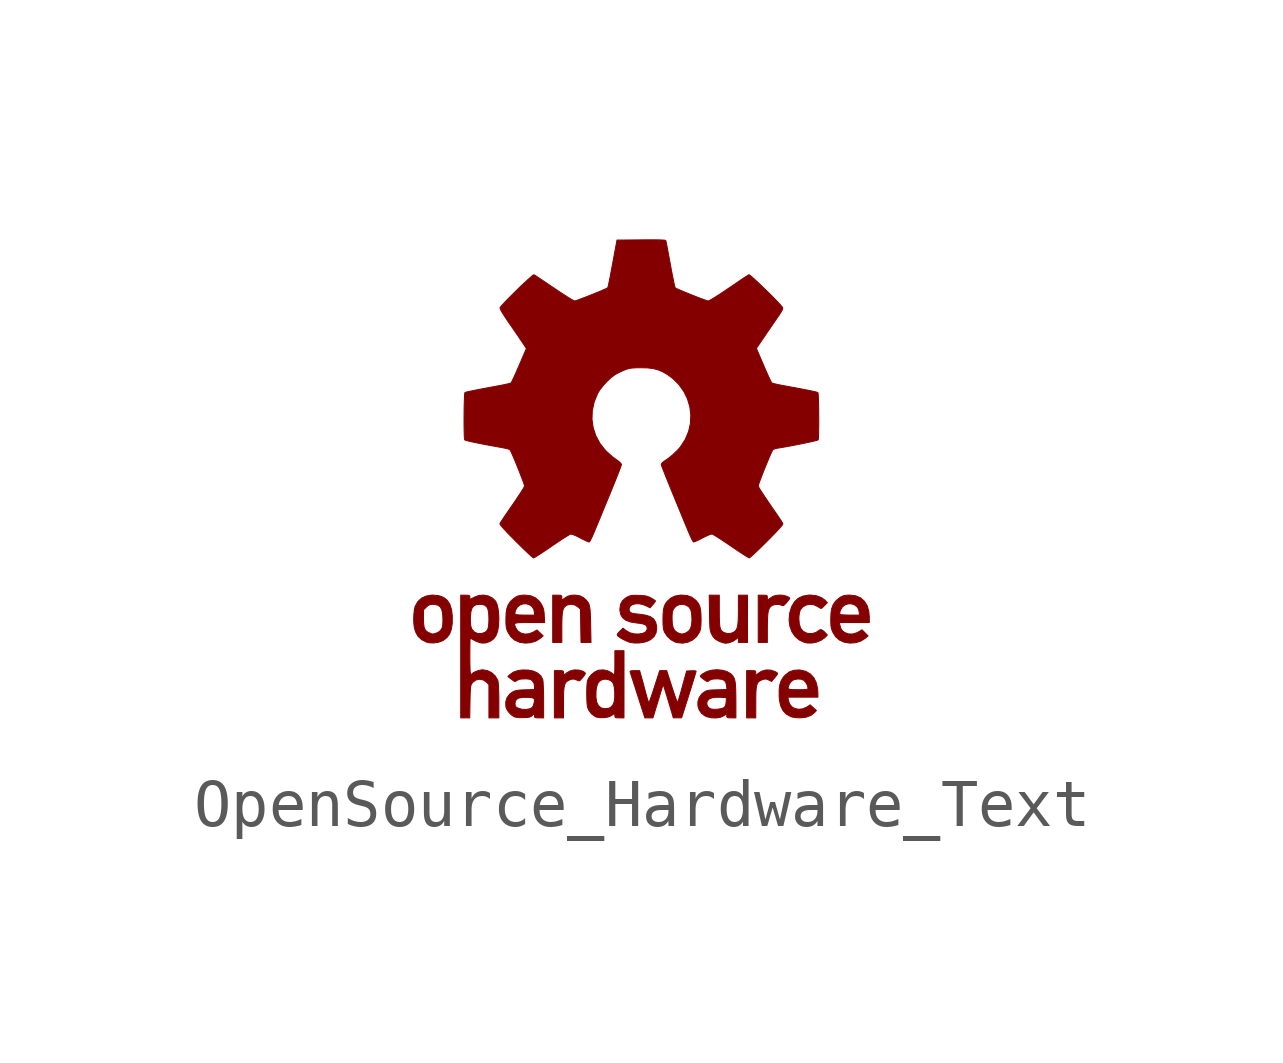
<source format=kicad_sym>
(kicad_symbol_lib
  (version 20211014)
  (generator kicad_symbol_editor)
  (symbol "OpenSource_Hardware_Text"
    (pin_names
      (offset 1.016))
    (property "Reference" "G"
      (at 0 4.359 0)
      (effects (font (size 1.27 1.27)) hide))
    (symbol "OpenSource_Hardware_Text_0_0"
      (polyline (pts (xy 2.385 -4.67) (xy 2.385 -4.576) (xy 2.387 -4.463) (xy 2.393 -4.378) (xy 2.404 -4.315) (xy 2.42 -4.27) (xy 2.444 -4.239) (xy 2.476 -4.217) (xy 2.518 -4.199) (xy 2.527 -4.196) (xy 2.573 -4.184) (xy 2.609 -4.186) (xy 2.652 -4.204) (xy 2.715 -4.234) (xy 2.761 -4.179) (xy 2.771 -4.167) (xy 2.813 -4.116) (xy 2.835 -4.083) (xy 2.836 -4.062) (xy 2.819 -4.046) (xy 2.783 -4.027) (xy 2.696 -3.998) (xy 2.598 -3.995) (xy 2.504 -4.022) (xy 2.423 -4.076) (xy 2.384 -4.114) (xy 2.384 -4.06) (xy 2.383 -4.03) (xy 2.372 -4.015) (xy 2.344 -4.01) (xy 2.289 -4.009) (xy 2.194 -4.009) (xy 2.194 -4.994) (xy 2.384 -4.994) (xy 2.385 -4.67)) (stroke (width 0.01) (type default) (color 0 0 0 0)) (fill (type outline)))
      (polyline (pts (xy -1.624 -4.672) (xy -1.624 -4.624) (xy -1.623 -4.503) (xy -1.618 -4.41) (xy -1.609 -4.34) (xy -1.596 -4.29) (xy -1.576 -4.255) (xy -1.548 -4.229) (xy -1.512 -4.209) (xy -1.454 -4.187) (xy -1.4 -4.185) (xy -1.342 -4.207) (xy -1.328 -4.214) (xy -1.301 -4.223) (xy -1.278 -4.212) (xy -1.247 -4.178) (xy -1.203 -4.125) (xy -1.177 -4.089) (xy -1.169 -4.066) (xy -1.177 -4.05) (xy -1.2 -4.034) (xy -1.222 -4.021) (xy -1.304 -3.997) (xy -1.395 -3.994) (xy -1.482 -4.013) (xy -1.553 -4.053) (xy -1.581 -4.076) (xy -1.609 -4.092) (xy -1.621 -4.084) (xy -1.624 -4.052) (xy -1.626 -4.03) (xy -1.637 -4.016) (xy -1.665 -4.01) (xy -1.719 -4.009) (xy -1.814 -4.009) (xy -1.814 -4.994) (xy -1.624 -4.994) (xy -1.624 -4.672)) (stroke (width 0.01) (type default) (color 0 0 0 0)) (fill (type outline)))
      (polyline (pts (xy 2.626 -3.123) (xy 2.627 -3.04) (xy 2.63 -2.925) (xy 2.635 -2.837) (xy 2.645 -2.771) (xy 2.66 -2.723) (xy 2.68 -2.688) (xy 2.707 -2.662) (xy 2.726 -2.649) (xy 2.791 -2.63) (xy 2.862 -2.628) (xy 2.924 -2.646) (xy 2.94 -2.653) (xy 2.962 -2.651) (xy 2.988 -2.632) (xy 3.026 -2.59) (xy 3.054 -2.556) (xy 3.082 -2.52) (xy 3.092 -2.502) (xy 3.09 -2.493) (xy 3.063 -2.473) (xy 3.017 -2.454) (xy 2.96 -2.439) (xy 2.903 -2.434) (xy 2.879 -2.434) (xy 2.804 -2.441) (xy 2.743 -2.461) (xy 2.683 -2.5) (xy 2.626 -2.542) (xy 2.626 -2.488) (xy 2.625 -2.458) (xy 2.614 -2.443) (xy 2.586 -2.437) (xy 2.531 -2.436) (xy 2.436 -2.436) (xy 2.436 -3.421) (xy 2.626 -3.421) (xy 2.626 -3.123)) (stroke (width 0.01) (type default) (color 0 0 0 0)) (fill (type outline)))
      (polyline (pts (xy -1.659 -3.11) (xy -1.658 -2.999) (xy -1.655 -2.893) (xy -1.649 -2.813) (xy -1.638 -2.754) (xy -1.622 -2.711) (xy -1.6 -2.679) (xy -1.57 -2.655) (xy -1.537 -2.637) (xy -1.465 -2.625) (xy -1.391 -2.639) (xy -1.327 -2.677) (xy -1.27 -2.727) (xy -1.265 -3.074) (xy -1.259 -3.421) (xy -1.051 -3.421) (xy -1.058 -3.054) (xy -1.06 -2.95) (xy -1.064 -2.838) (xy -1.069 -2.752) (xy -1.078 -2.686) (xy -1.089 -2.637) (xy -1.105 -2.599) (xy -1.127 -2.566) (xy -1.155 -2.534) (xy -1.207 -2.487) (xy -1.287 -2.447) (xy -1.382 -2.434) (xy -1.406 -2.434) (xy -1.481 -2.441) (xy -1.542 -2.461) (xy -1.603 -2.5) (xy -1.659 -2.542) (xy -1.659 -2.488) (xy -1.661 -2.458) (xy -1.671 -2.443) (xy -1.7 -2.437) (xy -1.754 -2.436) (xy -1.849 -2.436) (xy -1.849 -3.421) (xy -1.659 -3.421) (xy -1.659 -3.11)) (stroke (width 0.01) (type default) (color 0 0 0 0)) (fill (type outline)))
      (polyline (pts (xy 1.832 -3.427) (xy 1.915 -3.394) (xy 1.982 -3.348) (xy 2.022 -3.312) (xy 2.022 -3.421) (xy 2.212 -3.421) (xy 2.212 -2.436) (xy 2.022 -2.436) (xy 2.022 -2.748) (xy 2.021 -2.875) (xy 2.017 -2.977) (xy 2.01 -3.054) (xy 1.998 -3.111) (xy 1.981 -3.152) (xy 1.957 -3.183) (xy 1.926 -3.207) (xy 1.868 -3.231) (xy 1.791 -3.236) (xy 1.719 -3.214) (xy 1.706 -3.207) (xy 1.679 -3.186) (xy 1.658 -3.159) (xy 1.643 -3.122) (xy 1.633 -3.068) (xy 1.628 -2.994) (xy 1.625 -2.894) (xy 1.624 -2.765) (xy 1.624 -2.436) (xy 1.414 -2.436) (xy 1.42 -2.804) (xy 1.421 -2.888) (xy 1.423 -2.991) (xy 1.426 -3.068) (xy 1.43 -3.124) (xy 1.436 -3.166) (xy 1.444 -3.199) (xy 1.455 -3.227) (xy 1.469 -3.257) (xy 1.499 -3.307) (xy 1.542 -3.352) (xy 1.605 -3.39) (xy 1.647 -3.409) (xy 1.708 -3.43) (xy 1.756 -3.438) (xy 1.832 -3.427)) (stroke (width 0.01) (type default) (color 0 0 0 0)) (fill (type outline)))
      (polyline (pts (xy 3.558 -3.433) (xy 3.66 -3.412) (xy 3.754 -3.372) (xy 3.827 -3.318) (xy 3.877 -3.266) (xy 3.835 -3.221) (xy 3.8 -3.186) (xy 3.758 -3.158) (xy 3.724 -3.156) (xy 3.69 -3.178) (xy 3.64 -3.213) (xy 3.558 -3.237) (xy 3.469 -3.232) (xy 3.442 -3.225) (xy 3.37 -3.187) (xy 3.321 -3.127) (xy 3.292 -3.041) (xy 3.283 -2.929) (xy 3.285 -2.873) (xy 3.295 -2.805) (xy 3.308 -2.756) (xy 3.314 -2.742) (xy 3.363 -2.682) (xy 3.431 -2.643) (xy 3.51 -2.626) (xy 3.593 -2.635) (xy 3.67 -2.67) (xy 3.688 -2.681) (xy 3.726 -2.704) (xy 3.747 -2.713) (xy 3.755 -2.709) (xy 3.782 -2.688) (xy 3.818 -2.652) (xy 3.877 -2.592) (xy 3.837 -2.55) (xy 3.83 -2.542) (xy 3.747 -2.483) (xy 3.643 -2.446) (xy 3.525 -2.433) (xy 3.492 -2.434) (xy 3.371 -2.454) (xy 3.271 -2.5) (xy 3.192 -2.574) (xy 3.132 -2.676) (xy 3.093 -2.806) (xy 3.09 -2.82) (xy 3.079 -2.957) (xy 3.096 -3.085) (xy 3.139 -3.2) (xy 3.206 -3.297) (xy 3.295 -3.372) (xy 3.404 -3.422) (xy 3.457 -3.433) (xy 3.558 -3.433)) (stroke (width 0.01) (type default) (color 0 0 0 0)) (fill (type outline)))
      (polyline (pts (xy -4.235 -3.418) (xy -4.152 -3.389) (xy -4.127 -3.376) (xy -4.051 -3.316) (xy -3.996 -3.239) (xy -3.961 -3.141) (xy -3.943 -3.018) (xy -3.943 -2.868) (xy -3.958 -2.74) (xy -3.993 -2.627) (xy -4.049 -2.541) (xy -4.126 -2.481) (xy -4.225 -2.446) (xy -4.349 -2.434) (xy -4.37 -2.434) (xy -4.488 -2.454) (xy -4.586 -2.5) (xy -4.663 -2.572) (xy -4.717 -2.669) (xy -4.721 -2.682) (xy -4.734 -2.744) (xy -4.544 -2.744) (xy -4.486 -2.685) (xy -4.45 -2.653) (xy -4.408 -2.632) (xy -4.355 -2.626) (xy -4.314 -2.628) (xy -4.245 -2.644) (xy -4.194 -2.679) (xy -4.162 -2.737) (xy -4.144 -2.822) (xy -4.138 -2.936) (xy -4.139 -2.982) (xy -4.141 -3.048) (xy -4.147 -3.093) (xy -4.159 -3.126) (xy -4.178 -3.157) (xy -4.215 -3.196) (xy -4.282 -3.23) (xy -4.325 -3.242) (xy -4.353 -3.246) (xy -4.381 -3.239) (xy -4.424 -3.221) (xy -4.429 -3.219) (xy -4.477 -3.192) (xy -4.51 -3.154) (xy -4.531 -3.1) (xy -4.541 -3.024) (xy -4.544 -2.92) (xy -4.544 -2.744) (xy -4.734 -2.744) (xy -4.735 -2.75) (xy -4.744 -2.837) (xy -4.748 -2.932) (xy -4.745 -3.024) (xy -4.736 -3.101) (xy -4.709 -3.199) (xy -4.658 -3.292) (xy -4.582 -3.363) (xy -4.479 -3.415) (xy -4.422 -3.429) (xy -4.33 -3.432) (xy -4.235 -3.418)) (stroke (width 0.01) (type default) (color 0 0 0 0)) (fill (type outline)))
      (polyline (pts (xy 4.464 -3.427) (xy 4.574 -3.393) (xy 4.665 -3.337) (xy 4.726 -3.285) (xy 4.6 -3.158) (xy 4.523 -3.203) (xy 4.5 -3.216) (xy 4.409 -3.245) (xy 4.319 -3.244) (xy 4.239 -3.215) (xy 4.19 -3.177) (xy 4.159 -3.131) (xy 4.139 -3.063) (xy 4.127 -3.006) (xy 4.752 -3.006) (xy 4.752 -2.897) (xy 4.741 -2.772) (xy 4.706 -2.655) (xy 4.648 -2.561) (xy 4.568 -2.491) (xy 4.468 -2.449) (xy 4.348 -2.434) (xy 4.272 -2.437) (xy 4.203 -2.451) (xy 4.143 -2.481) (xy 4.08 -2.532) (xy 4.038 -2.574) (xy 3.996 -2.639) (xy 3.968 -2.716) (xy 3.954 -2.802) (xy 4.136 -2.802) (xy 4.146 -2.758) (xy 4.148 -2.752) (xy 4.187 -2.684) (xy 4.242 -2.64) (xy 4.307 -2.617) (xy 4.375 -2.616) (xy 4.439 -2.635) (xy 4.493 -2.674) (xy 4.53 -2.731) (xy 4.544 -2.807) (xy 4.544 -2.851) (xy 4.347 -2.851) (xy 4.282 -2.85) (xy 4.21 -2.847) (xy 4.159 -2.841) (xy 4.138 -2.833) (xy 4.137 -2.831) (xy 4.136 -2.802) (xy 3.954 -2.802) (xy 3.953 -2.813) (xy 3.948 -2.937) (xy 3.949 -3.009) (xy 3.952 -3.074) (xy 3.96 -3.123) (xy 3.974 -3.167) (xy 3.995 -3.215) (xy 4.049 -3.3) (xy 4.125 -3.369) (xy 4.223 -3.414) (xy 4.232 -3.417) (xy 4.347 -3.435) (xy 4.464 -3.427)) (stroke (width 0.01) (type default) (color 0 0 0 0)) (fill (type outline)))
      (polyline (pts (xy 0.967 -3.417) (xy 1.066 -3.371) (xy 1.149 -3.3) (xy 1.211 -3.205) (xy 1.227 -3.163) (xy 1.237 -3.111) (xy 1.242 -3.042) (xy 1.244 -2.946) (xy 1.244 -2.931) (xy 1.241 -2.819) (xy 1.232 -2.733) (xy 1.216 -2.667) (xy 1.19 -2.613) (xy 1.154 -2.564) (xy 1.13 -2.539) (xy 1.051 -2.479) (xy 0.96 -2.445) (xy 0.847 -2.434) (xy 0.808 -2.435) (xy 0.703 -2.453) (xy 0.616 -2.495) (xy 0.539 -2.564) (xy 0.534 -2.57) (xy 0.499 -2.619) (xy 0.475 -2.674) (xy 0.46 -2.742) (xy 0.452 -2.83) (xy 0.45 -2.929) (xy 0.639 -2.929) (xy 0.64 -2.859) (xy 0.645 -2.798) (xy 0.656 -2.753) (xy 0.674 -2.717) (xy 0.721 -2.666) (xy 0.785 -2.634) (xy 0.857 -2.626) (xy 0.928 -2.642) (xy 0.988 -2.679) (xy 1.029 -2.739) (xy 1.041 -2.783) (xy 1.05 -2.856) (xy 1.054 -2.941) (xy 1.054 -2.961) (xy 1.045 -3.061) (xy 1.022 -3.136) (xy 0.983 -3.188) (xy 0.924 -3.224) (xy 0.904 -3.232) (xy 0.858 -3.245) (xy 0.817 -3.242) (xy 0.765 -3.223) (xy 0.742 -3.211) (xy 0.694 -3.172) (xy 0.662 -3.115) (xy 0.645 -3.036) (xy 0.639 -2.929) (xy 0.45 -2.929) (xy 0.45 -2.946) (xy 0.451 -3.041) (xy 0.457 -3.111) (xy 0.466 -3.163) (xy 0.482 -3.205) (xy 0.483 -3.208) (xy 0.539 -3.293) (xy 0.615 -3.364) (xy 0.7 -3.411) (xy 0.745 -3.425) (xy 0.858 -3.436) (xy 0.967 -3.417)) (stroke (width 0.01) (type default) (color 0 0 0 0)) (fill (type outline)))
      (polyline (pts (xy 3.433 -4.98) (xy 3.531 -4.944) (xy 3.61 -4.883) (xy 3.649 -4.841) (xy 3.584 -4.782) (xy 3.519 -4.722) (xy 3.46 -4.762) (xy 3.445 -4.771) (xy 3.359 -4.807) (xy 3.27 -4.815) (xy 3.188 -4.794) (xy 3.136 -4.762) (xy 3.089 -4.704) (xy 3.064 -4.624) (xy 3.054 -4.562) (xy 3.68 -4.562) (xy 3.68 -4.486) (xy 3.675 -4.392) (xy 3.647 -4.264) (xy 3.596 -4.159) (xy 3.522 -4.079) (xy 3.428 -4.024) (xy 3.314 -3.997) (xy 3.285 -3.995) (xy 3.176 -4.002) (xy 3.082 -4.037) (xy 2.997 -4.104) (xy 2.964 -4.14) (xy 2.916 -4.215) (xy 2.886 -4.302) (xy 2.877 -4.37) (xy 3.058 -4.37) (xy 3.065 -4.34) (xy 3.083 -4.294) (xy 3.083 -4.293) (xy 3.116 -4.244) (xy 3.16 -4.208) (xy 3.185 -4.197) (xy 3.256 -4.183) (xy 3.327 -4.187) (xy 3.383 -4.208) (xy 3.386 -4.21) (xy 3.428 -4.256) (xy 3.46 -4.315) (xy 3.473 -4.371) (xy 3.472 -4.382) (xy 3.466 -4.393) (xy 3.447 -4.4) (xy 3.412 -4.404) (xy 3.353 -4.406) (xy 3.266 -4.406) (xy 3.233 -4.406) (xy 3.151 -4.405) (xy 3.097 -4.401) (xy 3.067 -4.39) (xy 3.058 -4.37) (xy 2.877 -4.37) (xy 2.872 -4.41) (xy 2.872 -4.542) (xy 2.878 -4.625) (xy 2.905 -4.745) (xy 2.951 -4.84) (xy 3.019 -4.913) (xy 3.11 -4.966) (xy 3.147 -4.977) (xy 3.218 -4.989) (xy 3.299 -4.993) (xy 3.311 -4.993) (xy 3.433 -4.98)) (stroke (width 0.01) (type default) (color 0 0 0 0)) (fill (type outline)))
      (polyline (pts (xy -2.307 -3.426) (xy -2.199 -3.393) (xy -2.108 -3.336) (xy -2.048 -3.284) (xy -2.113 -3.222) (xy -2.178 -3.161) (xy -2.252 -3.205) (xy -2.258 -3.208) (xy -2.344 -3.241) (xy -2.43 -3.247) (xy -2.509 -3.227) (xy -2.575 -3.184) (xy -2.619 -3.119) (xy -2.633 -3.085) (xy -2.643 -3.055) (xy -2.641 -3.034) (xy -2.625 -3.02) (xy -2.589 -3.012) (xy -2.531 -3.008) (xy -2.446 -3.007) (xy -2.33 -3.006) (xy -2.017 -3.006) (xy -2.025 -2.862) (xy -2.029 -2.8) (xy -2.039 -2.735) (xy -2.056 -2.682) (xy -2.085 -2.626) (xy -2.125 -2.566) (xy -2.206 -2.493) (xy -2.305 -2.449) (xy -2.423 -2.434) (xy -2.503 -2.438) (xy -2.572 -2.452) (xy -2.631 -2.482) (xy -2.694 -2.532) (xy -2.735 -2.574) (xy -2.778 -2.639) (xy -2.806 -2.716) (xy -2.819 -2.802) (xy -2.637 -2.802) (xy -2.627 -2.758) (xy -2.625 -2.752) (xy -2.586 -2.684) (xy -2.531 -2.64) (xy -2.466 -2.617) (xy -2.398 -2.616) (xy -2.334 -2.635) (xy -2.28 -2.674) (xy -2.243 -2.731) (xy -2.229 -2.807) (xy -2.229 -2.851) (xy -2.427 -2.851) (xy -2.491 -2.85) (xy -2.564 -2.847) (xy -2.614 -2.841) (xy -2.635 -2.833) (xy -2.636 -2.831) (xy -2.637 -2.802) (xy -2.819 -2.802) (xy -2.821 -2.813) (xy -2.825 -2.937) (xy -2.825 -3.009) (xy -2.821 -3.074) (xy -2.814 -3.123) (xy -2.8 -3.167) (xy -2.778 -3.215) (xy -2.724 -3.3) (xy -2.648 -3.369) (xy -2.55 -3.414) (xy -2.538 -3.418) (xy -2.423 -3.435) (xy -2.307 -3.426)) (stroke (width 0.01) (type default) (color 0 0 0 0)) (fill (type outline)))
      (polyline (pts (xy -0.363 -3.594) (xy -0.553 -3.594) (xy -0.553 -3.845) (xy -0.553 -3.883) (xy -0.554 -3.967) (xy -0.556 -4.034) (xy -0.559 -4.079) (xy -0.563 -4.095) (xy -0.567 -4.094) (xy -0.593 -4.078) (xy -0.631 -4.05) (xy -0.694 -4.016) (xy -0.788 -3.994) (xy -0.89 -3.999) (xy -0.911 -4.005) (xy -0.976 -4.039) (xy -1.04 -4.091) (xy -1.093 -4.153) (xy -1.123 -4.214) (xy -1.126 -4.229) (xy -1.133 -4.288) (xy -1.138 -4.369) (xy -1.14 -4.463) (xy -1.139 -4.559) (xy -1.139 -4.565) (xy -0.948 -4.565) (xy -0.946 -4.434) (xy -0.937 -4.361) (xy -0.913 -4.282) (xy -0.874 -4.229) (xy -0.819 -4.198) (xy -0.81 -4.195) (xy -0.751 -4.186) (xy -0.689 -4.197) (xy -0.65 -4.213) (xy -0.608 -4.243) (xy -0.581 -4.29) (xy -0.565 -4.36) (xy -0.556 -4.458) (xy -0.556 -4.46) (xy -0.556 -4.574) (xy -0.568 -4.66) (xy -0.594 -4.723) (xy -0.634 -4.769) (xy -0.675 -4.791) (xy -0.755 -4.803) (xy -0.766 -4.803) (xy -0.84 -4.786) (xy -0.896 -4.74) (xy -0.932 -4.667) (xy -0.948 -4.565) (xy -1.139 -4.565) (xy -1.136 -4.649) (xy -1.131 -4.723) (xy -1.122 -4.773) (xy -1.1 -4.829) (xy -1.042 -4.908) (xy -0.964 -4.966) (xy -0.923 -4.981) (xy -0.845 -4.991) (xy -0.76 -4.988) (xy -0.682 -4.973) (xy -0.624 -4.946) (xy -0.594 -4.924) (xy -0.567 -4.91) (xy -0.555 -4.919) (xy -0.553 -4.95) (xy -0.551 -4.972) (xy -0.541 -4.987) (xy -0.512 -4.992) (xy -0.458 -4.994) (xy -0.363 -4.994) (xy -0.363 -3.594)) (stroke (width 0.01) (type default) (color 0 0 0 0)) (fill (type outline)))
      (polyline (pts (xy 0.292 -4.825) (xy 0.303 -4.787) (xy 0.335 -4.684) (xy 0.368 -4.574) (xy 0.398 -4.475) (xy 0.454 -4.294) (xy 0.5 -4.441) (xy 0.517 -4.495) (xy 0.546 -4.59) (xy 0.577 -4.693) (xy 0.606 -4.79) (xy 0.665 -4.993) (xy 0.838 -4.993) (xy 0.99 -4.514) (xy 1 -4.482) (xy 1.038 -4.362) (xy 1.071 -4.253) (xy 1.1 -4.161) (xy 1.122 -4.088) (xy 1.136 -4.04) (xy 1.141 -4.021) (xy 1.131 -4.015) (xy 1.095 -4.011) (xy 1.042 -4.012) (xy 0.943 -4.017) (xy 0.853 -4.343) (xy 0.85 -4.355) (xy 0.822 -4.455) (xy 0.797 -4.542) (xy 0.776 -4.612) (xy 0.761 -4.659) (xy 0.754 -4.677) (xy 0.753 -4.677) (xy 0.743 -4.655) (xy 0.724 -4.607) (xy 0.699 -4.537) (xy 0.669 -4.449) (xy 0.636 -4.348) (xy 0.528 -4.009) (xy 0.381 -4.009) (xy 0.273 -4.346) (xy 0.264 -4.372) (xy 0.232 -4.471) (xy 0.203 -4.556) (xy 0.179 -4.623) (xy 0.163 -4.667) (xy 0.155 -4.683) (xy 0.152 -4.679) (xy 0.142 -4.65) (xy 0.125 -4.596) (xy 0.104 -4.523) (xy 0.081 -4.436) (xy 0.073 -4.41) (xy 0.048 -4.314) (xy 0.024 -4.224) (xy 0.003 -4.15) (xy -0.011 -4.099) (xy -0.037 -4.009) (xy -0.141 -4.009) (xy -0.201 -4.011) (xy -0.232 -4.018) (xy -0.237 -4.03) (xy -0.234 -4.04) (xy -0.221 -4.08) (xy -0.2 -4.145) (xy -0.173 -4.23) (xy -0.14 -4.33) (xy -0.105 -4.441) (xy -0.086 -4.5) (xy -0.05 -4.613) (xy -0.017 -4.716) (xy 0.011 -4.804) (xy 0.033 -4.871) (xy 0.046 -4.912) (xy 0.072 -4.994) (xy 0.24 -4.994) (xy 0.292 -4.825)) (stroke (width 0.01) (type default) (color 0 0 0 0)) (fill (type outline)))
      (polyline (pts (xy -0.044 -3.432) (xy 0.059 -3.416) (xy 0.145 -3.388) (xy 0.19 -3.363) (xy 0.263 -3.3) (xy 0.305 -3.223) (xy 0.319 -3.129) (xy 0.317 -3.082) (xy 0.297 -2.997) (xy 0.255 -2.932) (xy 0.188 -2.884) (xy 0.094 -2.853) (xy -0.031 -2.834) (xy -0.051 -2.832) (xy -0.134 -2.823) (xy -0.189 -2.813) (xy -0.223 -2.799) (xy -0.243 -2.779) (xy -0.253 -2.751) (xy -0.256 -2.713) (xy -0.235 -2.667) (xy -0.192 -2.635) (xy -0.13 -2.617) (xy -0.055 -2.614) (xy 0.026 -2.629) (xy 0.109 -2.662) (xy 0.181 -2.699) (xy 0.237 -2.634) (xy 0.257 -2.611) (xy 0.283 -2.576) (xy 0.294 -2.557) (xy 0.284 -2.547) (xy 0.251 -2.524) (xy 0.203 -2.496) (xy 0.187 -2.487) (xy 0.14 -2.466) (xy 0.092 -2.452) (xy 0.032 -2.445) (xy -0.052 -2.44) (xy -0.097 -2.439) (xy -0.164 -2.439) (xy -0.212 -2.443) (xy -0.252 -2.455) (xy -0.294 -2.474) (xy -0.325 -2.492) (xy -0.396 -2.553) (xy -0.436 -2.63) (xy -0.449 -2.727) (xy -0.449 -2.748) (xy -0.432 -2.838) (xy -0.39 -2.908) (xy -0.32 -2.961) (xy -0.223 -2.996) (xy -0.095 -3.016) (xy -0.054 -3.02) (xy 0.028 -3.034) (xy 0.083 -3.054) (xy 0.112 -3.084) (xy 0.121 -3.125) (xy 0.118 -3.154) (xy 0.091 -3.2) (xy 0.035 -3.23) (xy -0.051 -3.245) (xy -0.143 -3.244) (xy -0.244 -3.219) (xy -0.33 -3.167) (xy -0.382 -3.123) (xy -0.45 -3.188) (xy -0.454 -3.192) (xy -0.491 -3.232) (xy -0.504 -3.259) (xy -0.498 -3.278) (xy -0.489 -3.287) (xy -0.446 -3.32) (xy -0.385 -3.356) (xy -0.317 -3.389) (xy -0.254 -3.414) (xy -0.241 -3.418) (xy -0.149 -3.433) (xy -0.044 -3.432)) (stroke (width 0.01) (type default) (color 0 0 0 0)) (fill (type outline)))
      (polyline (pts (xy 1.645 -4.982) (xy 1.717 -4.951) (xy 1.78 -4.908) (xy 1.78 -4.951) (xy 1.781 -4.972) (xy 1.792 -4.987) (xy 1.82 -4.992) (xy 1.875 -4.994) (xy 1.97 -4.994) (xy 1.97 -4.635) (xy 1.969 -4.544) (xy 1.967 -4.421) (xy 1.963 -4.324) (xy 1.955 -4.25) (xy 1.943 -4.194) (xy 1.926 -4.151) (xy 1.903 -4.116) (xy 1.874 -4.085) (xy 1.865 -4.076) (xy 1.786 -4.029) (xy 1.688 -4.001) (xy 1.579 -3.99) (xy 1.47 -3.999) (xy 1.368 -4.026) (xy 1.283 -4.072) (xy 1.27 -4.081) (xy 1.24 -4.109) (xy 1.227 -4.126) (xy 1.233 -4.135) (xy 1.26 -4.16) (xy 1.302 -4.192) (xy 1.343 -4.222) (xy 1.37 -4.235) (xy 1.391 -4.232) (xy 1.415 -4.214) (xy 1.449 -4.195) (xy 1.499 -4.184) (xy 1.572 -4.181) (xy 1.609 -4.182) (xy 1.684 -4.192) (xy 1.732 -4.216) (xy 1.761 -4.258) (xy 1.775 -4.323) (xy 1.784 -4.402) (xy 1.577 -4.409) (xy 1.541 -4.41) (xy 1.462 -4.413) (xy 1.406 -4.419) (xy 1.367 -4.427) (xy 1.334 -4.441) (xy 1.302 -4.461) (xy 1.256 -4.498) (xy 1.204 -4.572) (xy 1.178 -4.656) (xy 1.178 -4.707) (xy 1.363 -4.707) (xy 1.368 -4.655) (xy 1.399 -4.611) (xy 1.421 -4.596) (xy 1.477 -4.574) (xy 1.554 -4.564) (xy 1.659 -4.565) (xy 1.771 -4.57) (xy 1.768 -4.655) (xy 1.758 -4.726) (xy 1.732 -4.773) (xy 1.71 -4.786) (xy 1.657 -4.803) (xy 1.589 -4.814) (xy 1.519 -4.816) (xy 1.458 -4.81) (xy 1.422 -4.796) (xy 1.382 -4.757) (xy 1.363 -4.707) (xy 1.178 -4.707) (xy 1.178 -4.743) (xy 1.204 -4.826) (xy 1.254 -4.899) (xy 1.33 -4.955) (xy 1.368 -4.971) (xy 1.459 -4.992) (xy 1.556 -4.996) (xy 1.645 -4.982)) (stroke (width 0.01) (type default) (color 0 0 0 0)) (fill (type outline)))
      (polyline (pts (xy -2.039 -4.626) (xy -2.039 -4.597) (xy -2.04 -4.485) (xy -2.043 -4.383) (xy -2.047 -4.296) (xy -2.051 -4.232) (xy -2.057 -4.196) (xy -2.094 -4.121) (xy -2.16 -4.062) (xy -2.25 -4.019) (xy -2.36 -3.997) (xy -2.486 -3.995) (xy -2.57 -4.006) (xy -2.671 -4.041) (xy -2.749 -4.097) (xy -2.784 -4.132) (xy -2.709 -4.189) (xy -2.709 -4.189) (xy -2.666 -4.221) (xy -2.639 -4.235) (xy -2.619 -4.231) (xy -2.594 -4.214) (xy -2.594 -4.214) (xy -2.558 -4.194) (xy -2.508 -4.184) (xy -2.433 -4.181) (xy -2.378 -4.182) (xy -2.331 -4.188) (xy -2.299 -4.201) (xy -2.271 -4.224) (xy -2.239 -4.271) (xy -2.229 -4.334) (xy -2.229 -4.402) (xy -2.423 -4.409) (xy -2.483 -4.411) (xy -2.557 -4.416) (xy -2.61 -4.425) (xy -2.651 -4.437) (xy -2.688 -4.456) (xy -2.744 -4.497) (xy -2.801 -4.572) (xy -2.829 -4.662) (xy -2.828 -4.691) (xy -2.635 -4.691) (xy -2.63 -4.651) (xy -2.605 -4.608) (xy -2.557 -4.581) (xy -2.481 -4.567) (xy -2.376 -4.566) (xy -2.37 -4.566) (xy -2.296 -4.571) (xy -2.251 -4.583) (xy -2.231 -4.607) (xy -2.23 -4.649) (xy -2.245 -4.714) (xy -2.254 -4.742) (xy -2.278 -4.78) (xy -2.318 -4.802) (xy -2.4 -4.819) (xy -2.493 -4.815) (xy -2.575 -4.79) (xy -2.614 -4.767) (xy -2.631 -4.739) (xy -2.635 -4.691) (xy -2.828 -4.691) (xy -2.826 -4.762) (xy -2.81 -4.808) (xy -2.768 -4.873) (xy -2.712 -4.931) (xy -2.653 -4.97) (xy -2.629 -4.978) (xy -2.558 -4.988) (xy -2.459 -4.989) (xy -2.45 -4.989) (xy -2.38 -4.985) (xy -2.333 -4.978) (xy -2.301 -4.965) (xy -2.274 -4.943) (xy -2.229 -4.901) (xy -2.229 -4.947) (xy -2.227 -4.972) (xy -2.217 -4.987) (xy -2.188 -4.992) (xy -2.134 -4.994) (xy -2.039 -4.994) (xy -2.039 -4.626)) (stroke (width 0.01) (type default) (color 0 0 0 0)) (fill (type outline)))
      (polyline (pts (xy -3.574 -4.66) (xy -3.573 -4.627) (xy -3.571 -4.516) (xy -3.567 -4.432) (xy -3.563 -4.372) (xy -3.557 -4.33) (xy -3.549 -4.301) (xy -3.538 -4.28) (xy -3.508 -4.245) (xy -3.444 -4.202) (xy -3.371 -4.188) (xy -3.296 -4.204) (xy -3.229 -4.25) (xy -3.179 -4.3) (xy -3.179 -4.994) (xy -2.972 -4.994) (xy -2.972 -4.644) (xy -2.972 -4.63) (xy -2.973 -4.52) (xy -2.976 -4.418) (xy -2.98 -4.331) (xy -2.985 -4.266) (xy -2.99 -4.229) (xy -2.999 -4.202) (xy -3.049 -4.119) (xy -3.122 -4.052) (xy -3.211 -4.008) (xy -3.309 -3.992) (xy -3.329 -3.993) (xy -3.389 -4.005) (xy -3.451 -4.026) (xy -3.503 -4.051) (xy -3.533 -4.076) (xy -3.533 -4.077) (xy -3.546 -4.093) (xy -3.557 -4.091) (xy -3.565 -4.069) (xy -3.571 -4.022) (xy -3.574 -3.95) (xy -3.576 -3.848) (xy -3.577 -3.715) (xy -3.577 -3.664) (xy -3.576 -3.559) (xy -3.575 -3.468) (xy -3.574 -3.397) (xy -3.572 -3.351) (xy -3.57 -3.335) (xy -3.554 -3.341) (xy -3.516 -3.36) (xy -3.465 -3.387) (xy -3.429 -3.404) (xy -3.339 -3.433) (xy -3.255 -3.433) (xy -3.169 -3.405) (xy -3.152 -3.397) (xy -3.084 -3.349) (xy -3.033 -3.281) (xy -2.998 -3.19) (xy -2.978 -3.074) (xy -2.972 -2.929) (xy -2.975 -2.841) (xy -2.988 -2.72) (xy -3.011 -2.623) (xy -3.044 -2.556) (xy -3.107 -2.495) (xy -3.192 -2.452) (xy -3.289 -2.434) (xy -3.389 -2.442) (xy -3.484 -2.478) (xy -3.515 -2.495) (xy -3.553 -2.515) (xy -3.57 -2.523) (xy -3.575 -2.512) (xy -3.577 -2.479) (xy -3.578 -2.458) (xy -3.589 -2.443) (xy -3.617 -2.437) (xy -3.672 -2.436) (xy -3.767 -2.436) (xy -3.767 -2.929) (xy -3.566 -2.929) (xy -3.565 -2.885) (xy -3.555 -2.783) (xy -3.533 -2.709) (xy -3.496 -2.661) (xy -3.442 -2.634) (xy -3.369 -2.626) (xy -3.328 -2.628) (xy -3.268 -2.644) (xy -3.226 -2.677) (xy -3.198 -2.733) (xy -3.184 -2.815) (xy -3.179 -2.927) (xy -3.181 -3.004) (xy -3.187 -3.083) (xy -3.2 -3.138) (xy -3.221 -3.176) (xy -3.253 -3.204) (xy -3.271 -3.215) (xy -3.347 -3.239) (xy -3.422 -3.233) (xy -3.487 -3.2) (xy -3.536 -3.142) (xy -3.542 -3.13) (xy -3.556 -3.083) (xy -3.564 -3.019) (xy -3.566 -2.929) (xy -3.767 -2.929) (xy -3.767 -4.994) (xy -3.579 -4.994) (xy -3.574 -4.66)) (stroke (width 0.01) (type default) (color 0 0 0 0)) (fill (type outline)))
      (polyline (pts (xy 2.25 -1.659) (xy 2.271 -1.643) (xy 2.312 -1.607) (xy 2.371 -1.553) (xy 2.443 -1.485) (xy 2.526 -1.404) (xy 2.616 -1.315) (xy 2.715 -1.215) (xy 2.806 -1.121) (xy 2.873 -1.049) (xy 2.919 -0.996) (xy 2.944 -0.962) (xy 2.949 -0.944) (xy 2.939 -0.925) (xy 2.912 -0.882) (xy 2.873 -0.823) (xy 2.828 -0.756) (xy 2.738 -0.626) (xy 2.65 -0.497) (xy 2.579 -0.392) (xy 2.524 -0.309) (xy 2.483 -0.247) (xy 2.456 -0.202) (xy 2.441 -0.172) (xy 2.436 -0.157) (xy 2.436 -0.156) (xy 2.443 -0.129) (xy 2.462 -0.076) (xy 2.489 -0.004) (xy 2.522 0.083) (xy 2.559 0.178) (xy 2.599 0.275) (xy 2.638 0.369) (xy 2.673 0.454) (xy 2.704 0.523) (xy 2.727 0.572) (xy 2.74 0.595) (xy 2.747 0.6) (xy 2.785 0.617) (xy 2.837 0.629) (xy 2.923 0.642) (xy 3.023 0.66) (xy 3.132 0.68) (xy 3.244 0.702) (xy 3.354 0.724) (xy 3.456 0.745) (xy 3.546 0.765) (xy 3.617 0.781) (xy 3.665 0.794) (xy 3.684 0.802) (xy 3.688 0.815) (xy 3.692 0.859) (xy 3.695 0.928) (xy 3.696 1.016) (xy 3.698 1.118) (xy 3.698 1.229) (xy 3.697 1.342) (xy 3.696 1.454) (xy 3.694 1.558) (xy 3.691 1.649) (xy 3.688 1.721) (xy 3.684 1.77) (xy 3.679 1.789) (xy 3.674 1.791) (xy 3.638 1.802) (xy 3.569 1.817) (xy 3.469 1.838) (xy 3.34 1.863) (xy 3.182 1.893) (xy 2.998 1.927) (xy 2.952 1.935) (xy 2.865 1.952) (xy 2.793 1.968) (xy 2.742 1.981) (xy 2.719 1.99) (xy 2.715 1.995) (xy 2.697 2.027) (xy 2.67 2.084) (xy 2.634 2.162) (xy 2.593 2.255) (xy 2.548 2.358) (xy 2.397 2.71) (xy 2.578 2.975) (xy 2.623 3.042) (xy 2.691 3.141) (xy 2.757 3.236) (xy 2.814 3.32) (xy 2.858 3.383) (xy 2.865 3.393) (xy 2.914 3.47) (xy 2.942 3.525) (xy 2.947 3.556) (xy 2.94 3.567) (xy 2.912 3.602) (xy 2.865 3.654) (xy 2.804 3.718) (xy 2.733 3.791) (xy 2.655 3.869) (xy 2.573 3.948) (xy 2.493 4.026) (xy 2.418 4.097) (xy 2.351 4.158) (xy 2.297 4.206) (xy 2.259 4.237) (xy 2.241 4.246) (xy 2.241 4.246) (xy 2.219 4.233) (xy 2.173 4.203) (xy 2.106 4.159) (xy 2.023 4.103) (xy 1.928 4.038) (xy 1.824 3.967) (xy 1.817 3.963) (xy 1.713 3.892) (xy 1.617 3.829) (xy 1.533 3.775) (xy 1.464 3.734) (xy 1.416 3.707) (xy 1.393 3.698) (xy 1.383 3.7) (xy 1.343 3.712) (xy 1.281 3.735) (xy 1.202 3.764) (xy 1.113 3.799) (xy 1.02 3.836) (xy 0.929 3.873) (xy 0.846 3.908) (xy 0.776 3.937) (xy 0.727 3.96) (xy 0.704 3.973) (xy 0.704 3.973) (xy 0.697 3.997) (xy 0.684 4.049) (xy 0.668 4.126) (xy 0.649 4.223) (xy 0.627 4.335) (xy 0.604 4.459) (xy 0.602 4.472) (xy 0.579 4.596) (xy 0.558 4.708) (xy 0.54 4.805) (xy 0.525 4.881) (xy 0.515 4.933) (xy 0.51 4.955) (xy 0.51 4.955) (xy 0.5 4.962) (xy 0.474 4.967) (xy 0.429 4.97) (xy 0.362 4.972) (xy 0.269 4.973) (xy 0.149 4.973) (xy -0.004 4.972) (xy -0.509 4.968) (xy -0.53 4.855) (xy -0.564 4.671) (xy -0.597 4.493) (xy -0.625 4.346) (xy -0.647 4.226) (xy -0.666 4.132) (xy -0.68 4.062) (xy -0.691 4.013) (xy -0.699 3.984) (xy -0.704 3.973) (xy -0.713 3.967) (xy -0.751 3.949) (xy -0.812 3.922) (xy -0.89 3.889) (xy -0.978 3.853) (xy -1.071 3.816) (xy -1.162 3.78) (xy -1.246 3.748) (xy -1.316 3.721) (xy -1.367 3.704) (xy -1.391 3.698) (xy -1.392 3.698) (xy -1.417 3.708) (xy -1.466 3.736) (xy -1.535 3.778) (xy -1.62 3.833) (xy -1.717 3.896) (xy -1.822 3.967) (xy -1.829 3.972) (xy -1.933 4.042) (xy -2.028 4.106) (xy -2.11 4.161) (xy -2.175 4.205) (xy -2.22 4.234) (xy -2.241 4.245) (xy -2.249 4.243) (xy -2.279 4.221) (xy -2.327 4.179) (xy -2.389 4.123) (xy -2.462 4.056) (xy -2.541 3.981) (xy -2.622 3.901) (xy -2.702 3.822) (xy -2.777 3.747) (xy -2.842 3.679) (xy -2.895 3.622) (xy -2.932 3.58) (xy -2.947 3.556) (xy -2.948 3.552) (xy -2.936 3.517) (xy -2.902 3.456) (xy -2.846 3.368) (xy -2.769 3.253) (xy -2.715 3.176) (xy -2.648 3.078) (xy -2.584 2.985) (xy -2.53 2.904) (xy -2.489 2.845) (xy -2.398 2.708) (xy -2.548 2.357) (xy -2.568 2.312) (xy -2.611 2.213) (xy -2.65 2.126) (xy -2.683 2.057) (xy -2.706 2.01) (xy -2.719 1.99) (xy -2.726 1.986) (xy -2.764 1.975) (xy -2.826 1.961) (xy -2.906 1.944) (xy -2.998 1.927) (xy -3.056 1.916) (xy -3.233 1.883) (xy -3.382 1.855) (xy -3.503 1.831) (xy -3.593 1.812) (xy -3.652 1.798) (xy -3.679 1.789) (xy -3.682 1.779) (xy -3.687 1.738) (xy -3.69 1.672) (xy -3.693 1.587) (xy -3.696 1.486) (xy -3.697 1.376) (xy -3.698 1.262) (xy -3.698 1.151) (xy -3.697 1.045) (xy -3.695 0.953) (xy -3.693 0.877) (xy -3.689 0.825) (xy -3.684 0.802) (xy -3.684 0.801) (xy -3.661 0.792) (xy -3.608 0.778) (xy -3.53 0.76) (xy -3.429 0.739) (xy -3.311 0.715) (xy -3.179 0.69) (xy -3.036 0.664) (xy -2.888 0.638) (xy -2.881 0.636) (xy -2.817 0.623) (xy -2.766 0.608) (xy -2.739 0.594) (xy -2.739 0.594) (xy -2.725 0.569) (xy -2.702 0.519) (xy -2.671 0.448) (xy -2.635 0.363) (xy -2.596 0.269) (xy -2.557 0.172) (xy -2.52 0.077) (xy -2.487 -0.009) (xy -2.46 -0.08) (xy -2.443 -0.132) (xy -2.436 -0.157) (xy -2.44 -0.169) (xy -2.453 -0.196) (xy -2.479 -0.239) (xy -2.517 -0.299) (xy -2.57 -0.378) (xy -2.638 -0.48) (xy -2.724 -0.605) (xy -2.828 -0.756) (xy -2.867 -0.813) (xy -2.906 -0.873) (xy -2.936 -0.919) (xy -2.949 -0.944) (xy -2.946 -0.958) (xy -2.923 -0.991) (xy -2.88 -1.041) (xy -2.815 -1.111) (xy -2.728 -1.202) (xy -2.616 -1.315) (xy -2.603 -1.328) (xy -2.514 -1.416) (xy -2.433 -1.495) (xy -2.362 -1.562) (xy -2.306 -1.614) (xy -2.267 -1.647) (xy -2.249 -1.659) (xy -2.235 -1.653) (xy -2.195 -1.63) (xy -2.135 -1.592) (xy -2.057 -1.541) (xy -1.967 -1.481) (xy -1.869 -1.414) (xy -1.792 -1.361) (xy -1.698 -1.298) (xy -1.615 -1.244) (xy -1.547 -1.201) (xy -1.499 -1.173) (xy -1.475 -1.161) (xy -1.463 -1.162) (xy -1.418 -1.175) (xy -1.353 -1.203) (xy -1.272 -1.244) (xy -1.216 -1.273) (xy -1.154 -1.303) (xy -1.109 -1.322) (xy -1.086 -1.327) (xy -1.086 -1.327) (xy -1.071 -1.307) (xy -1.048 -1.262) (xy -1.018 -1.199) (xy -0.985 -1.122) (xy -0.965 -1.074) (xy -0.93 -0.989) (xy -0.885 -0.882) (xy -0.834 -0.757) (xy -0.778 -0.621) (xy -0.719 -0.478) (xy -0.659 -0.333) (xy -0.657 -0.329) (xy -0.602 -0.193) (xy -0.551 -0.068) (xy -0.506 0.045) (xy -0.468 0.141) (xy -0.44 0.216) (xy -0.422 0.266) (xy -0.415 0.289) (xy -0.415 0.289) (xy -0.431 0.315) (xy -0.471 0.353) (xy -0.531 0.398) (xy -0.6 0.447) (xy -0.746 0.578) (xy -0.862 0.725) (xy -0.949 0.884) (xy -1.005 1.054) (xy -1.03 1.23) (xy -1.024 1.41) (xy -0.985 1.591) (xy -0.912 1.771) (xy -0.864 1.848) (xy -0.795 1.936) (xy -0.715 2.023) (xy -0.631 2.101) (xy -0.554 2.159) (xy -0.501 2.189) (xy -0.428 2.226) (xy -0.354 2.258) (xy -0.33 2.267) (xy -0.28 2.284) (xy -0.232 2.295) (xy -0.176 2.301) (xy -0.105 2.305) (xy -0.009 2.306) (xy 0.127 2.303) (xy 0.245 2.289) (xy 0.349 2.262) (xy 0.447 2.221) (xy 0.547 2.161) (xy 0.65 2.086) (xy 0.78 1.958) (xy 0.884 1.813) (xy 0.961 1.655) (xy 1.01 1.489) (xy 1.03 1.318) (xy 1.022 1.145) (xy 0.983 0.974) (xy 0.913 0.81) (xy 0.813 0.655) (xy 0.806 0.646) (xy 0.734 0.568) (xy 0.646 0.485) (xy 0.552 0.41) (xy 0.467 0.352) (xy 0.462 0.349) (xy 0.428 0.319) (xy 0.415 0.29) (xy 0.415 0.286) (xy 0.421 0.265) (xy 0.435 0.227) (xy 0.456 0.171) (xy 0.486 0.095) (xy 0.525 -0.003) (xy 0.574 -0.123) (xy 0.633 -0.269) (xy 0.703 -0.439) (xy 0.785 -0.638) (xy 0.878 -0.865) (xy 0.985 -1.122) (xy 0.987 -1.127) (xy 1.02 -1.203) (xy 1.049 -1.266) (xy 1.072 -1.309) (xy 1.086 -1.327) (xy 1.102 -1.324) (xy 1.144 -1.307) (xy 1.203 -1.28) (xy 1.272 -1.244) (xy 1.312 -1.223) (xy 1.386 -1.188) (xy 1.442 -1.167) (xy 1.475 -1.161) (xy 1.491 -1.169) (xy 1.534 -1.193) (xy 1.597 -1.233) (xy 1.677 -1.285) (xy 1.769 -1.346) (xy 1.868 -1.414) (xy 1.946 -1.467) (xy 2.039 -1.529) (xy 2.119 -1.582) (xy 2.184 -1.623) (xy 2.228 -1.649) (xy 2.249 -1.659) (xy 2.25 -1.659)) (stroke (width 0.01) (type default) (color 0 0 0 0)) (fill (type outline))))))
</source>
